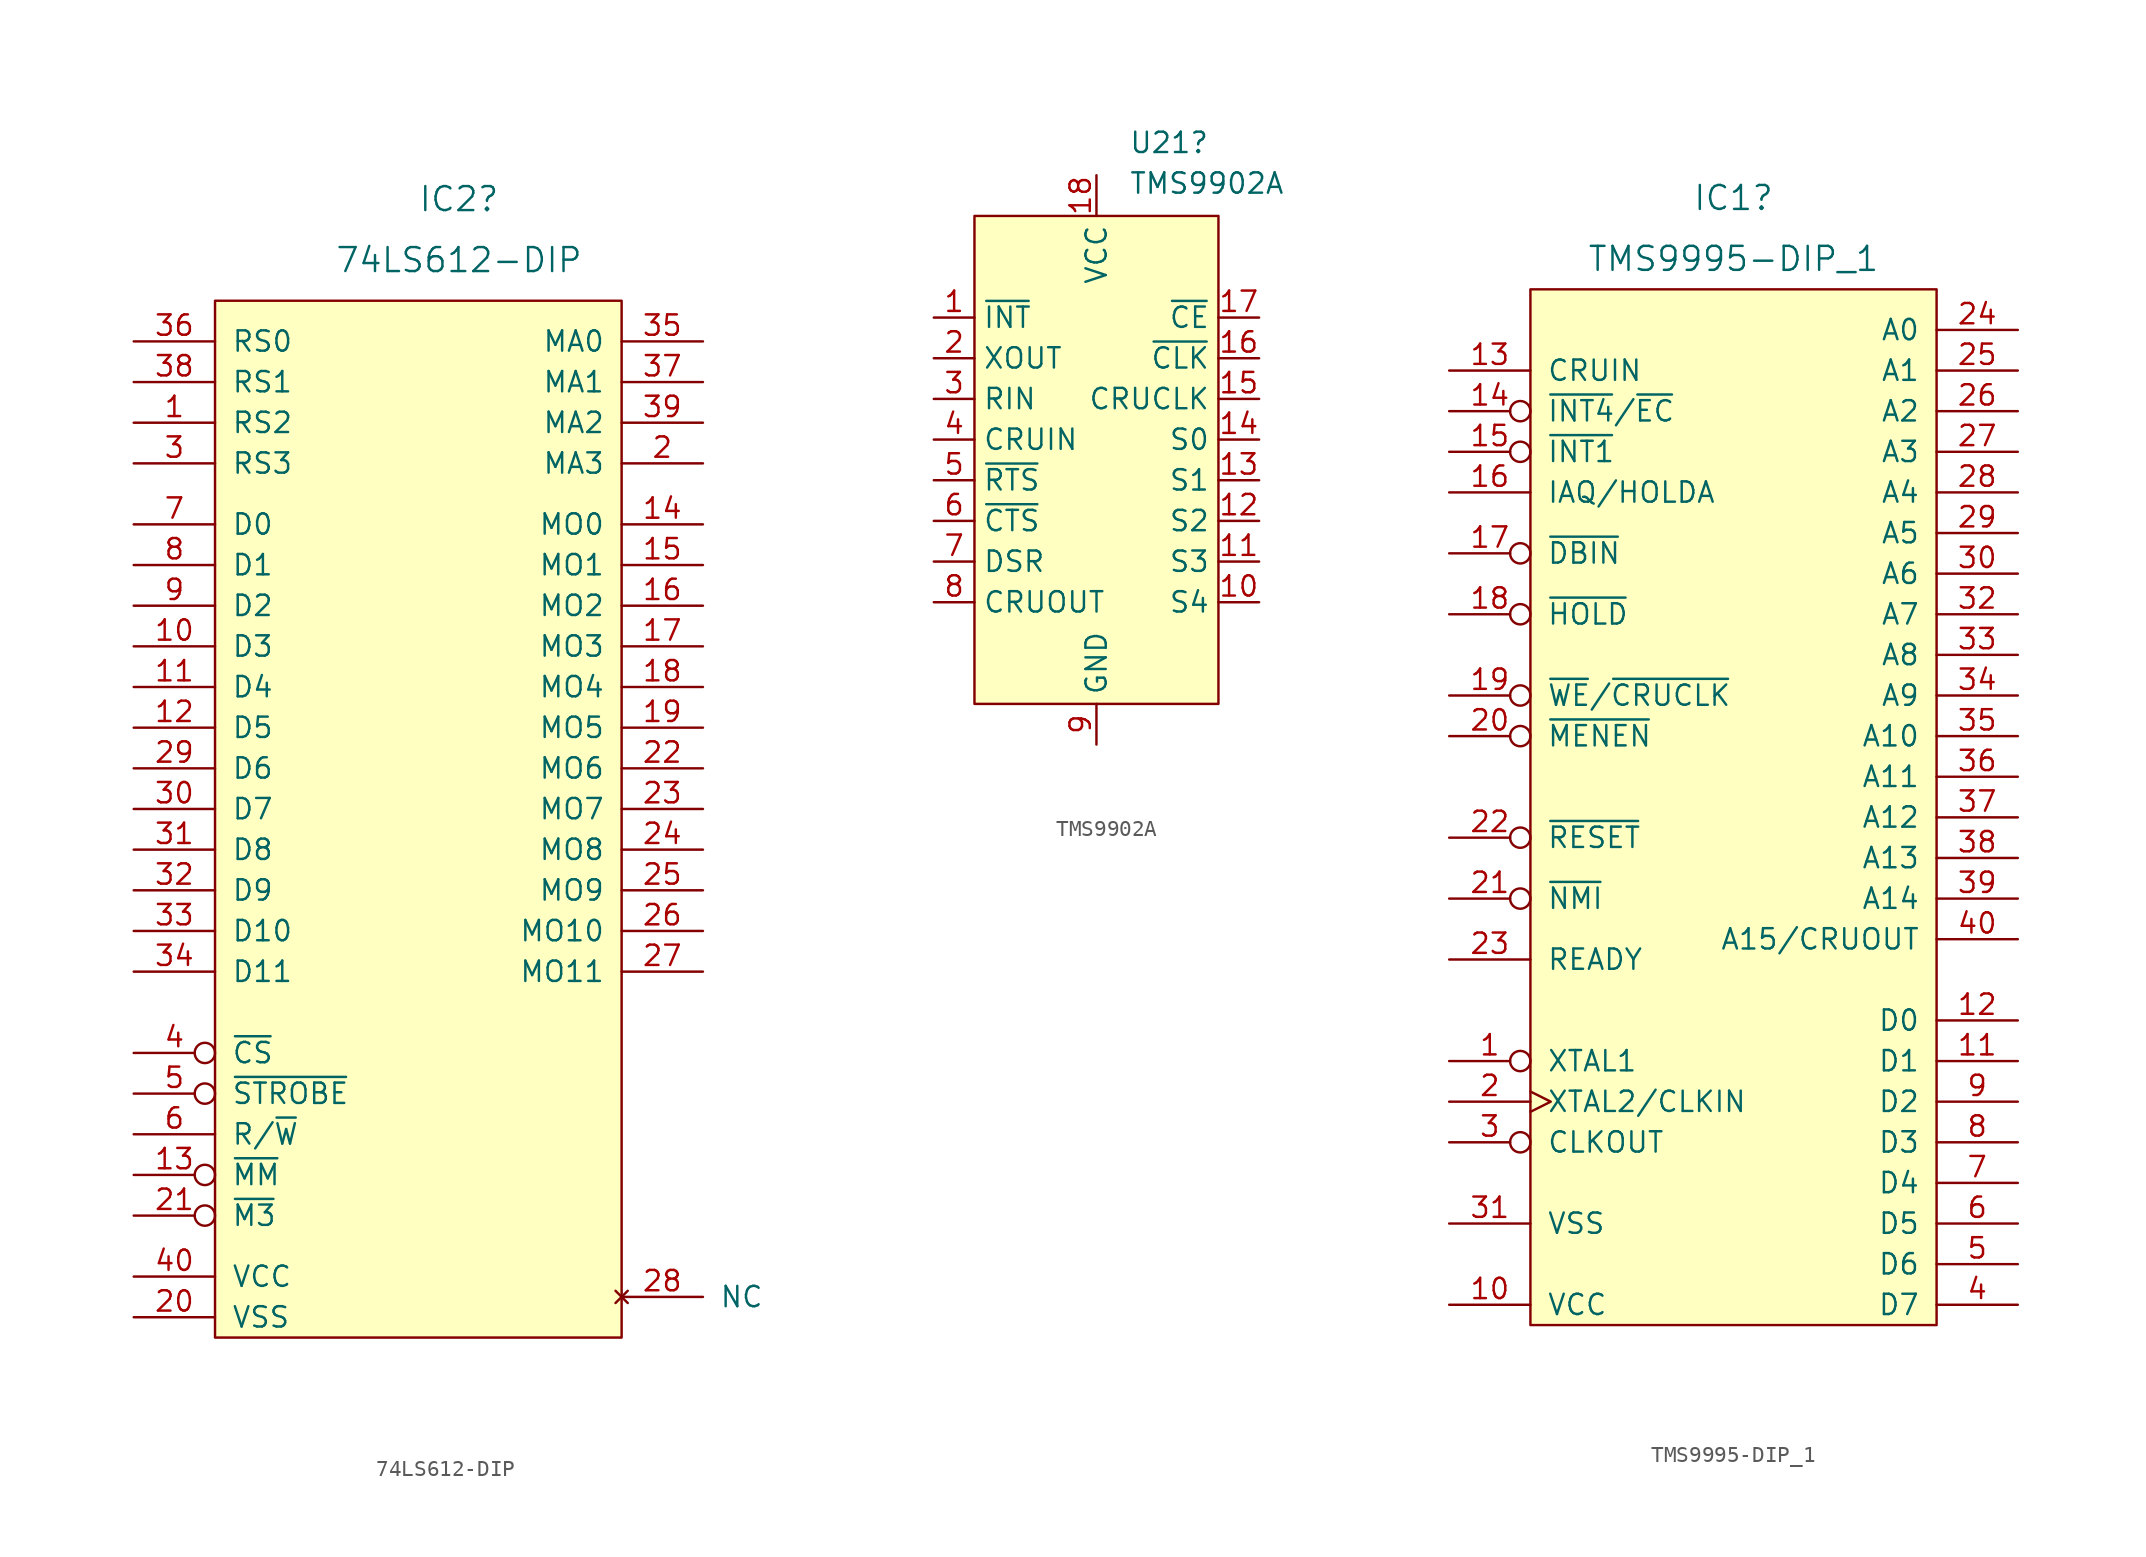
<source format=kicad_sym>
(kicad_symbol_lib
  (version 20211014)
  (generator kicad_symbol_editor)
  (symbol "74LS612-DIP"
    (pin_names
      (offset 1.016))
    (property "Reference" "IC2"
      (at 15.24 6.35 0)
      (effects (font (size 1.499 1.499))))
    (property "Value" "74LS612-DIP"
      (at 15.24 2.54 0)
      (effects (font (size 1.499 1.499))))
    (symbol "74LS612-DIP_1_0"
      (rectangle (start 0 0) (end 25.4 -64.77) (stroke (width 0) (type default) (color 0 0 0 0)) (fill (type background)))
      (pin input line (at -5.08 -7.62 0) (length 5.08) (name "RS2" (effects (font (size 1.27 1.27)))) (number "1" (effects (font (size 1.27 1.27)))))
      (pin bidirectional line (at -5.08 -21.59 0) (length 5.08) (name "D3" (effects (font (size 1.27 1.27)))) (number "10" (effects (font (size 1.27 1.27)))))
      (pin bidirectional line (at -5.08 -24.13 0) (length 5.08) (name "D4" (effects (font (size 1.27 1.27)))) (number "11" (effects (font (size 1.27 1.27)))))
      (pin bidirectional line (at -5.08 -26.67 0) (length 5.08) (name "D5" (effects (font (size 1.27 1.27)))) (number "12" (effects (font (size 1.27 1.27)))))
      (pin input inverted (at -5.08 -54.61 0) (length 5.08) (name "~{MM}" (effects (font (size 1.27 1.27)))) (number "13" (effects (font (size 1.27 1.27)))))
      (pin output line (at 30.48 -13.97 180) (length 5.08) (name "MO0" (effects (font (size 1.27 1.27)))) (number "14" (effects (font (size 1.27 1.27)))))
      (pin output line (at 30.48 -16.51 180) (length 5.08) (name "MO1" (effects (font (size 1.27 1.27)))) (number "15" (effects (font (size 1.27 1.27)))))
      (pin output line (at 30.48 -19.05 180) (length 5.08) (name "MO2" (effects (font (size 1.27 1.27)))) (number "16" (effects (font (size 1.27 1.27)))))
      (pin output line (at 30.48 -21.59 180) (length 5.08) (name "MO3" (effects (font (size 1.27 1.27)))) (number "17" (effects (font (size 1.27 1.27)))))
      (pin output line (at 30.48 -24.13 180) (length 5.08) (name "MO4" (effects (font (size 1.27 1.27)))) (number "18" (effects (font (size 1.27 1.27)))))
      (pin output line (at 30.48 -26.67 180) (length 5.08) (name "MO5" (effects (font (size 1.27 1.27)))) (number "19" (effects (font (size 1.27 1.27)))))
      (pin input line (at 30.48 -10.16 180) (length 5.08) (name "MA3" (effects (font (size 1.27 1.27)))) (number "2" (effects (font (size 1.27 1.27)))))
      (pin power_in line (at -5.08 -63.5 0) (length 5.08) (name "VSS" (effects (font (size 1.27 1.27)))) (number "20" (effects (font (size 1.27 1.27)))))
      (pin input inverted (at -5.08 -57.15 0) (length 5.08) (name "~{M3}" (effects (font (size 1.27 1.27)))) (number "21" (effects (font (size 1.27 1.27)))))
      (pin output line (at 30.48 -29.21 180) (length 5.08) (name "MO6" (effects (font (size 1.27 1.27)))) (number "22" (effects (font (size 1.27 1.27)))))
      (pin output line (at 30.48 -31.75 180) (length 5.08) (name "MO7" (effects (font (size 1.27 1.27)))) (number "23" (effects (font (size 1.27 1.27)))))
      (pin output line (at 30.48 -34.29 180) (length 5.08) (name "MO8" (effects (font (size 1.27 1.27)))) (number "24" (effects (font (size 1.27 1.27)))))
      (pin output line (at 30.48 -36.83 180) (length 5.08) (name "MO9" (effects (font (size 1.27 1.27)))) (number "25" (effects (font (size 1.27 1.27)))))
      (pin output line (at 30.48 -39.37 180) (length 5.08) (name "MO10" (effects (font (size 1.27 1.27)))) (number "26" (effects (font (size 1.27 1.27)))))
      (pin output line (at 30.48 -41.91 180) (length 5.08) (name "MO11" (effects (font (size 1.27 1.27)))) (number "27" (effects (font (size 1.27 1.27)))))
      (pin no_connect line (at 25.4 -62.23 0) (length 5.08) (name "NC" (effects (font (size 1.27 1.27)))) (number "28" (effects (font (size 1.27 1.27)))))
      (pin bidirectional line (at -5.08 -29.21 0) (length 5.08) (name "D6" (effects (font (size 1.27 1.27)))) (number "29" (effects (font (size 1.27 1.27)))))
      (pin input line (at -5.08 -10.16 0) (length 5.08) (name "RS3" (effects (font (size 1.27 1.27)))) (number "3" (effects (font (size 1.27 1.27)))))
      (pin bidirectional line (at -5.08 -31.75 0) (length 5.08) (name "D7" (effects (font (size 1.27 1.27)))) (number "30" (effects (font (size 1.27 1.27)))))
      (pin bidirectional line (at -5.08 -34.29 0) (length 5.08) (name "D8" (effects (font (size 1.27 1.27)))) (number "31" (effects (font (size 1.27 1.27)))))
      (pin input line (at -5.08 -36.83 0) (length 5.08) (name "D9" (effects (font (size 1.27 1.27)))) (number "32" (effects (font (size 1.27 1.27)))))
      (pin input line (at -5.08 -39.37 0) (length 5.08) (name "D10" (effects (font (size 1.27 1.27)))) (number "33" (effects (font (size 1.27 1.27)))))
      (pin input line (at -5.08 -41.91 0) (length 5.08) (name "D11" (effects (font (size 1.27 1.27)))) (number "34" (effects (font (size 1.27 1.27)))))
      (pin input line (at 30.48 -2.54 180) (length 5.08) (name "MA0" (effects (font (size 1.27 1.27)))) (number "35" (effects (font (size 1.27 1.27)))))
      (pin input line (at -5.08 -2.54 0) (length 5.08) (name "RS0" (effects (font (size 1.27 1.27)))) (number "36" (effects (font (size 1.27 1.27)))))
      (pin input line (at 30.48 -5.08 180) (length 5.08) (name "MA1" (effects (font (size 1.27 1.27)))) (number "37" (effects (font (size 1.27 1.27)))))
      (pin input line (at -5.08 -5.08 0) (length 5.08) (name "RS1" (effects (font (size 1.27 1.27)))) (number "38" (effects (font (size 1.27 1.27)))))
      (pin input line (at 30.48 -7.62 180) (length 5.08) (name "MA2" (effects (font (size 1.27 1.27)))) (number "39" (effects (font (size 1.27 1.27)))))
      (pin input inverted (at -5.08 -46.99 0) (length 5.08) (name "~{CS}" (effects (font (size 1.27 1.27)))) (number "4" (effects (font (size 1.27 1.27)))))
      (pin power_in line (at -5.08 -60.96 0) (length 5.08) (name "VCC" (effects (font (size 1.27 1.27)))) (number "40" (effects (font (size 1.27 1.27)))))
      (pin input inverted (at -5.08 -49.53 0) (length 5.08) (name "~{STROBE}" (effects (font (size 1.27 1.27)))) (number "5" (effects (font (size 1.27 1.27)))))
      (pin input line (at -5.08 -52.07 0) (length 5.08) (name "R/~{W}" (effects (font (size 1.27 1.27)))) (number "6" (effects (font (size 1.27 1.27)))))
      (pin bidirectional line (at -5.08 -13.97 0) (length 5.08) (name "D0" (effects (font (size 1.27 1.27)))) (number "7" (effects (font (size 1.27 1.27)))))
      (pin bidirectional line (at -5.08 -16.51 0) (length 5.08) (name "D1" (effects (font (size 1.27 1.27)))) (number "8" (effects (font (size 1.27 1.27)))))
      (pin bidirectional line (at -5.08 -19.05 0) (length 5.08) (name "D2" (effects (font (size 1.27 1.27)))) (number "9" (effects (font (size 1.27 1.27)))))))
  (symbol "TMS9902A"
    (property "Reference" "U21"
      (at -3.061 19.812 0)
      (effects (font (size 1.27 1.27)) (justify left)))
    (property "Value" "TMS9902A"
      (at -3.061 17.272 0)
      (effects (font (size 1.27 1.27)) (justify left)))
    (symbol "TMS9902A_0_1"
      (rectangle (start -12.7 15.24) (end 2.54 -15.24) (stroke (width 0) (type default) (color 0 0 0 0)) (fill (type background))))
    (symbol "TMS9902A_1_1"
      (pin output line (at -15.24 8.89 0) (length 2.54) (name "~{INT}" (effects (font (size 1.27 1.27)))) (number "1" (effects (font (size 1.27 1.27)))))
      (pin input line (at 5.08 -8.89 180) (length 2.54) (name "S4" (effects (font (size 1.27 1.27)))) (number "10" (effects (font (size 1.27 1.27)))))
      (pin input line (at 5.08 -6.35 180) (length 2.54) (name "S3" (effects (font (size 1.27 1.27)))) (number "11" (effects (font (size 1.27 1.27)))))
      (pin input line (at 5.08 -3.81 180) (length 2.54) (name "S2" (effects (font (size 1.27 1.27)))) (number "12" (effects (font (size 1.27 1.27)))))
      (pin input line (at 5.08 -1.27 180) (length 2.54) (name "S1" (effects (font (size 1.27 1.27)))) (number "13" (effects (font (size 1.27 1.27)))))
      (pin input line (at 5.08 1.27 180) (length 2.54) (name "S0" (effects (font (size 1.27 1.27)))) (number "14" (effects (font (size 1.27 1.27)))))
      (pin input line (at 5.08 3.81 180) (length 2.54) (name "CRUCLK" (effects (font (size 1.27 1.27)))) (number "15" (effects (font (size 1.27 1.27)))))
      (pin input line (at 5.08 6.35 180) (length 2.54) (name "~{CLK}" (effects (font (size 1.27 1.27)))) (number "16" (effects (font (size 1.27 1.27)))))
      (pin input line (at 5.08 8.89 180) (length 2.54) (name "~{CE}" (effects (font (size 1.27 1.27)))) (number "17" (effects (font (size 1.27 1.27)))))
      (pin power_in line (at -5.08 17.78 270) (length 2.54) (name "VCC" (effects (font (size 1.27 1.27)))) (number "18" (effects (font (size 1.27 1.27)))))
      (pin output line (at -15.24 6.35 0) (length 2.54) (name "XOUT" (effects (font (size 1.27 1.27)))) (number "2" (effects (font (size 1.27 1.27)))))
      (pin input line (at -15.24 3.81 0) (length 2.54) (name "RIN" (effects (font (size 1.27 1.27)))) (number "3" (effects (font (size 1.27 1.27)))))
      (pin output line (at -15.24 1.27 0) (length 2.54) (name "CRUIN" (effects (font (size 1.27 1.27)))) (number "4" (effects (font (size 1.27 1.27)))))
      (pin input line (at -15.24 -1.27 0) (length 2.54) (name "~{RTS}" (effects (font (size 1.27 1.27)))) (number "5" (effects (font (size 1.27 1.27)))))
      (pin output line (at -15.24 -3.81 0) (length 2.54) (name "~{CTS}" (effects (font (size 1.27 1.27)))) (number "6" (effects (font (size 1.27 1.27)))))
      (pin input line (at -15.24 -6.35 0) (length 2.54) (name "DSR" (effects (font (size 1.27 1.27)))) (number "7" (effects (font (size 1.27 1.27)))))
      (pin input line (at -15.24 -8.89 0) (length 2.54) (name "CRUOUT" (effects (font (size 1.27 1.27)))) (number "8" (effects (font (size 1.27 1.27)))))
      (pin power_in line (at -5.08 -17.78 90) (length 2.54) (name "GND" (effects (font (size 1.27 1.27)))) (number "9" (effects (font (size 1.27 1.27)))))))
  (symbol "TMS9995-DIP_1"
    (pin_names
      (offset 1.016))
    (property "Reference" "IC1"
      (at 12.7 5.715 0)
      (effects (font (size 1.499 1.499))))
    (property "Value" "TMS9995-DIP_1"
      (at 12.7 1.905 0)
      (effects (font (size 1.499 1.499))))
    (symbol "TMS9995-DIP_1_1_0"
      (rectangle (start 0 0) (end 25.4 -64.77) (stroke (width 0) (type default) (color 0 0 0 0)) (fill (type background)))
      (pin input inverted (at -5.08 -48.26 0) (length 5.08) (name "XTAL1" (effects (font (size 1.27 1.27)))) (number "1" (effects (font (size 1.27 1.27)))))
      (pin power_in line (at -5.08 -63.5 0) (length 5.08) (name "VCC" (effects (font (size 1.27 1.27)))) (number "10" (effects (font (size 1.27 1.27)))))
      (pin bidirectional line (at 30.48 -48.26 180) (length 5.08) (name "D1" (effects (font (size 1.27 1.27)))) (number "11" (effects (font (size 1.27 1.27)))))
      (pin bidirectional line (at 30.48 -45.72 180) (length 5.08) (name "D0" (effects (font (size 1.27 1.27)))) (number "12" (effects (font (size 1.27 1.27)))))
      (pin input line (at -5.08 -5.08 0) (length 5.08) (name "CRUIN" (effects (font (size 1.27 1.27)))) (number "13" (effects (font (size 1.27 1.27)))))
      (pin input inverted (at -5.08 -7.62 0) (length 5.08) (name "~{INT4}/~{EC}" (effects (font (size 1.27 1.27)))) (number "14" (effects (font (size 1.27 1.27)))))
      (pin input inverted (at -5.08 -10.16 0) (length 5.08) (name "~{INT1}" (effects (font (size 1.27 1.27)))) (number "15" (effects (font (size 1.27 1.27)))))
      (pin output line (at -5.08 -12.7 0) (length 5.08) (name "IAQ/HOLDA" (effects (font (size 1.27 1.27)))) (number "16" (effects (font (size 1.27 1.27)))))
      (pin input inverted (at -5.08 -16.51 0) (length 5.08) (name "~{DBIN}" (effects (font (size 1.27 1.27)))) (number "17" (effects (font (size 1.27 1.27)))))
      (pin input inverted (at -5.08 -20.32 0) (length 5.08) (name "~{HOLD}" (effects (font (size 1.27 1.27)))) (number "18" (effects (font (size 1.27 1.27)))))
      (pin output inverted (at -5.08 -25.4 0) (length 5.08) (name "~{WE}/~{CRUCLK}" (effects (font (size 1.27 1.27)))) (number "19" (effects (font (size 1.27 1.27)))))
      (pin input clock (at -5.08 -50.8 0) (length 5.08) (name "XTAL2/CLKIN" (effects (font (size 1.27 1.27)))) (number "2" (effects (font (size 1.27 1.27)))))
      (pin output inverted (at -5.08 -27.94 0) (length 5.08) (name "~{MENEN}" (effects (font (size 1.27 1.27)))) (number "20" (effects (font (size 1.27 1.27)))))
      (pin input inverted (at -5.08 -38.1 0) (length 5.08) (name "~{NMI}" (effects (font (size 1.27 1.27)))) (number "21" (effects (font (size 1.27 1.27)))))
      (pin input inverted (at -5.08 -34.29 0) (length 5.08) (name "~{RESET}" (effects (font (size 1.27 1.27)))) (number "22" (effects (font (size 1.27 1.27)))))
      (pin input line (at -5.08 -41.91 0) (length 5.08) (name "READY" (effects (font (size 1.27 1.27)))) (number "23" (effects (font (size 1.27 1.27)))))
      (pin output line (at 30.48 -2.54 180) (length 5.08) (name "A0" (effects (font (size 1.27 1.27)))) (number "24" (effects (font (size 1.27 1.27)))))
      (pin output line (at 30.48 -5.08 180) (length 5.08) (name "A1" (effects (font (size 1.27 1.27)))) (number "25" (effects (font (size 1.27 1.27)))))
      (pin output line (at 30.48 -7.62 180) (length 5.08) (name "A2" (effects (font (size 1.27 1.27)))) (number "26" (effects (font (size 1.27 1.27)))))
      (pin output line (at 30.48 -10.16 180) (length 5.08) (name "A3" (effects (font (size 1.27 1.27)))) (number "27" (effects (font (size 1.27 1.27)))))
      (pin output line (at 30.48 -12.7 180) (length 5.08) (name "A4" (effects (font (size 1.27 1.27)))) (number "28" (effects (font (size 1.27 1.27)))))
      (pin output line (at 30.48 -15.24 180) (length 5.08) (name "A5" (effects (font (size 1.27 1.27)))) (number "29" (effects (font (size 1.27 1.27)))))
      (pin output inverted (at -5.08 -53.34 0) (length 5.08) (name "CLKOUT" (effects (font (size 1.27 1.27)))) (number "3" (effects (font (size 1.27 1.27)))))
      (pin output line (at 30.48 -17.78 180) (length 5.08) (name "A6" (effects (font (size 1.27 1.27)))) (number "30" (effects (font (size 1.27 1.27)))))
      (pin power_in line (at -5.08 -58.42 0) (length 5.08) (name "VSS" (effects (font (size 1.27 1.27)))) (number "31" (effects (font (size 1.27 1.27)))))
      (pin output line (at 30.48 -20.32 180) (length 5.08) (name "A7" (effects (font (size 1.27 1.27)))) (number "32" (effects (font (size 1.27 1.27)))))
      (pin output line (at 30.48 -22.86 180) (length 5.08) (name "A8" (effects (font (size 1.27 1.27)))) (number "33" (effects (font (size 1.27 1.27)))))
      (pin output line (at 30.48 -25.4 180) (length 5.08) (name "A9" (effects (font (size 1.27 1.27)))) (number "34" (effects (font (size 1.27 1.27)))))
      (pin output line (at 30.48 -27.94 180) (length 5.08) (name "A10" (effects (font (size 1.27 1.27)))) (number "35" (effects (font (size 1.27 1.27)))))
      (pin output line (at 30.48 -30.48 180) (length 5.08) (name "A11" (effects (font (size 1.27 1.27)))) (number "36" (effects (font (size 1.27 1.27)))))
      (pin output line (at 30.48 -33.02 180) (length 5.08) (name "A12" (effects (font (size 1.27 1.27)))) (number "37" (effects (font (size 1.27 1.27)))))
      (pin output line (at 30.48 -35.56 180) (length 5.08) (name "A13" (effects (font (size 1.27 1.27)))) (number "38" (effects (font (size 1.27 1.27)))))
      (pin output line (at 30.48 -38.1 180) (length 5.08) (name "A14" (effects (font (size 1.27 1.27)))) (number "39" (effects (font (size 1.27 1.27)))))
      (pin bidirectional line (at 30.48 -63.5 180) (length 5.08) (name "D7" (effects (font (size 1.27 1.27)))) (number "4" (effects (font (size 1.27 1.27)))))
      (pin output line (at 30.48 -40.64 180) (length 5.08) (name "A15/CRUOUT" (effects (font (size 1.27 1.27)))) (number "40" (effects (font (size 1.27 1.27)))))
      (pin bidirectional line (at 30.48 -60.96 180) (length 5.08) (name "D6" (effects (font (size 1.27 1.27)))) (number "5" (effects (font (size 1.27 1.27)))))
      (pin bidirectional line (at 30.48 -58.42 180) (length 5.08) (name "D5" (effects (font (size 1.27 1.27)))) (number "6" (effects (font (size 1.27 1.27)))))
      (pin bidirectional line (at 30.48 -55.88 180) (length 5.08) (name "D4" (effects (font (size 1.27 1.27)))) (number "7" (effects (font (size 1.27 1.27)))))
      (pin bidirectional line (at 30.48 -53.34 180) (length 5.08) (name "D3" (effects (font (size 1.27 1.27)))) (number "8" (effects (font (size 1.27 1.27)))))
      (pin bidirectional line (at 30.48 -50.8 180) (length 5.08) (name "D2" (effects (font (size 1.27 1.27)))) (number "9" (effects (font (size 1.27 1.27))))))))
</source>
